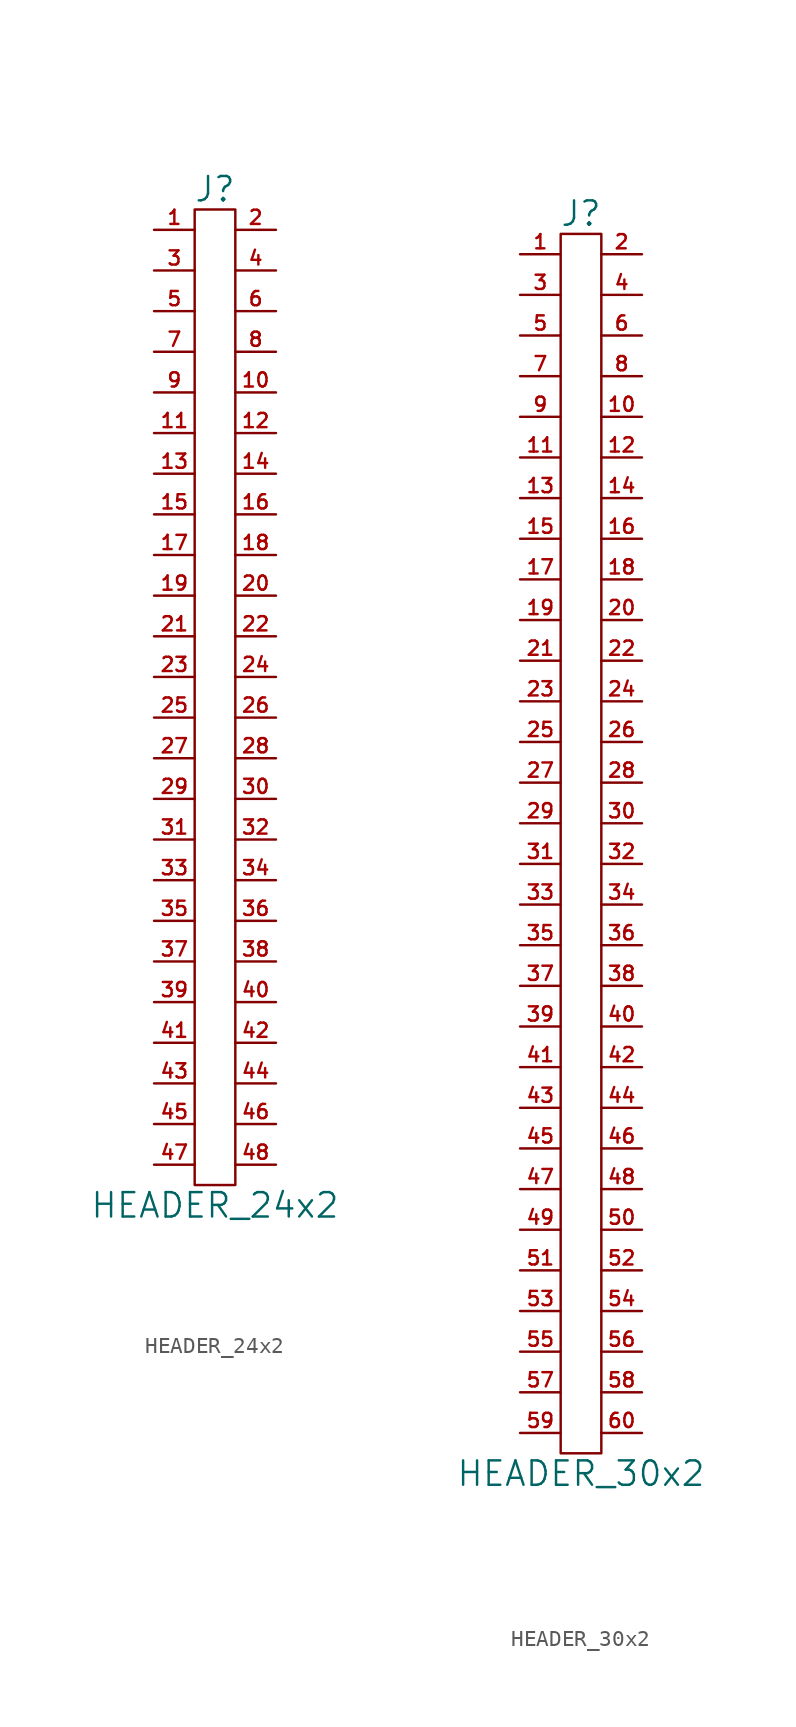
<source format=kicad_sym>
(kicad_symbol_lib
  (version 20211014)
  (generator kicad_symbol_editor)
  (symbol "HEADER_24x2"
    (pin_names
      (offset 0))
    (property "Reference" "J"
      (at 0 31.75 0)
      (effects (font (size 1.524 1.524))))
    (property "Value" "HEADER_24x2"
      (at 0 -31.75 0)
      (effects (font (size 1.524 1.524))))
    (property "Footprint" ""
      (at 0 -1.27 0)
      (effects (font (size 1.524 1.524))))
    (property "Datasheet" ""
      (at 0 -1.27 0)
      (effects (font (size 1.524 1.524))))
    (symbol "HEADER_24x2_0_1"
      (rectangle (start 1.27 -30.48) (end -1.27 30.48) (stroke (width 0) (type default) (color 0 0 0 0)) (fill (type none))))
    (symbol "HEADER_24x2_1_1"
      (pin passive line (at -3.81 29.21 0) (length 2.54) (name "~" (effects (font (size 0.889 0.889)))) (number "1" (effects (font (size 0.889 0.889)))))
      (pin passive line (at 3.81 19.05 180) (length 2.54) (name "~" (effects (font (size 1.27 1.27)))) (number "10" (effects (font (size 0.889 0.889)))))
      (pin passive line (at -3.81 16.51 0) (length 2.54) (name "~" (effects (font (size 1.27 1.27)))) (number "11" (effects (font (size 0.889 0.889)))))
      (pin passive line (at 3.81 16.51 180) (length 2.54) (name "~" (effects (font (size 1.27 1.27)))) (number "12" (effects (font (size 0.889 0.889)))))
      (pin passive line (at -3.81 13.97 0) (length 2.54) (name "~" (effects (font (size 1.27 1.27)))) (number "13" (effects (font (size 0.889 0.889)))))
      (pin passive line (at 3.81 13.97 180) (length 2.54) (name "~" (effects (font (size 1.27 1.27)))) (number "14" (effects (font (size 0.889 0.889)))))
      (pin passive line (at -3.81 11.43 0) (length 2.54) (name "~" (effects (font (size 1.27 1.27)))) (number "15" (effects (font (size 0.889 0.889)))))
      (pin passive line (at 3.81 11.43 180) (length 2.54) (name "~" (effects (font (size 1.27 1.27)))) (number "16" (effects (font (size 0.889 0.889)))))
      (pin passive line (at -3.81 8.89 0) (length 2.54) (name "~" (effects (font (size 1.27 1.27)))) (number "17" (effects (font (size 0.889 0.889)))))
      (pin passive line (at 3.81 8.89 180) (length 2.54) (name "~" (effects (font (size 1.27 1.27)))) (number "18" (effects (font (size 0.889 0.889)))))
      (pin passive line (at -3.81 6.35 0) (length 2.54) (name "~" (effects (font (size 1.27 1.27)))) (number "19" (effects (font (size 0.889 0.889)))))
      (pin passive line (at 3.81 29.21 180) (length 2.54) (name "~" (effects (font (size 1.27 1.27)))) (number "2" (effects (font (size 0.889 0.889)))))
      (pin passive line (at 3.81 6.35 180) (length 2.54) (name "~" (effects (font (size 1.27 1.27)))) (number "20" (effects (font (size 0.889 0.889)))))
      (pin passive line (at -3.81 3.81 0) (length 2.54) (name "~" (effects (font (size 1.27 1.27)))) (number "21" (effects (font (size 0.889 0.889)))))
      (pin passive line (at 3.81 3.81 180) (length 2.54) (name "~" (effects (font (size 1.27 1.27)))) (number "22" (effects (font (size 0.889 0.889)))))
      (pin passive line (at -3.81 1.27 0) (length 2.54) (name "~" (effects (font (size 1.27 1.27)))) (number "23" (effects (font (size 0.889 0.889)))))
      (pin passive line (at 3.81 1.27 180) (length 2.54) (name "~" (effects (font (size 1.27 1.27)))) (number "24" (effects (font (size 0.889 0.889)))))
      (pin passive line (at -3.81 -1.27 0) (length 2.54) (name "~" (effects (font (size 1.27 1.27)))) (number "25" (effects (font (size 0.889 0.889)))))
      (pin passive line (at 3.81 -1.27 180) (length 2.54) (name "~" (effects (font (size 1.27 1.27)))) (number "26" (effects (font (size 0.889 0.889)))))
      (pin passive line (at -3.81 -3.81 0) (length 2.54) (name "~" (effects (font (size 1.27 1.27)))) (number "27" (effects (font (size 0.889 0.889)))))
      (pin passive line (at 3.81 -3.81 180) (length 2.54) (name "~" (effects (font (size 1.27 1.27)))) (number "28" (effects (font (size 0.889 0.889)))))
      (pin passive line (at -3.81 -6.35 0) (length 2.54) (name "~" (effects (font (size 1.27 1.27)))) (number "29" (effects (font (size 0.889 0.889)))))
      (pin passive line (at -3.81 26.67 0) (length 2.54) (name "~" (effects (font (size 1.27 1.27)))) (number "3" (effects (font (size 0.889 0.889)))))
      (pin passive line (at 3.81 -6.35 180) (length 2.54) (name "~" (effects (font (size 1.27 1.27)))) (number "30" (effects (font (size 0.889 0.889)))))
      (pin passive line (at -3.81 -8.89 0) (length 2.54) (name "~" (effects (font (size 1.27 1.27)))) (number "31" (effects (font (size 0.889 0.889)))))
      (pin passive line (at 3.81 -8.89 180) (length 2.54) (name "~" (effects (font (size 1.27 1.27)))) (number "32" (effects (font (size 0.889 0.889)))))
      (pin passive line (at -3.81 -11.43 0) (length 2.54) (name "~" (effects (font (size 1.27 1.27)))) (number "33" (effects (font (size 0.889 0.889)))))
      (pin passive line (at 3.81 -11.43 180) (length 2.54) (name "~" (effects (font (size 1.27 1.27)))) (number "34" (effects (font (size 0.889 0.889)))))
      (pin passive line (at -3.81 -13.97 0) (length 2.54) (name "~" (effects (font (size 1.27 1.27)))) (number "35" (effects (font (size 0.889 0.889)))))
      (pin passive line (at 3.81 -13.97 180) (length 2.54) (name "~" (effects (font (size 1.27 1.27)))) (number "36" (effects (font (size 0.889 0.889)))))
      (pin passive line (at -3.81 -16.51 0) (length 2.54) (name "~" (effects (font (size 1.27 1.27)))) (number "37" (effects (font (size 0.889 0.889)))))
      (pin passive line (at 3.81 -16.51 180) (length 2.54) (name "~" (effects (font (size 1.27 1.27)))) (number "38" (effects (font (size 0.889 0.889)))))
      (pin passive line (at -3.81 -19.05 0) (length 2.54) (name "~" (effects (font (size 1.27 1.27)))) (number "39" (effects (font (size 0.889 0.889)))))
      (pin passive line (at 3.81 26.67 180) (length 2.54) (name "~" (effects (font (size 1.27 1.27)))) (number "4" (effects (font (size 0.889 0.889)))))
      (pin passive line (at 3.81 -19.05 180) (length 2.54) (name "~" (effects (font (size 1.27 1.27)))) (number "40" (effects (font (size 0.889 0.889)))))
      (pin passive line (at -3.81 -21.59 0) (length 2.54) (name "~" (effects (font (size 1.27 1.27)))) (number "41" (effects (font (size 0.889 0.889)))))
      (pin passive line (at 3.81 -21.59 180) (length 2.54) (name "~" (effects (font (size 1.27 1.27)))) (number "42" (effects (font (size 0.889 0.889)))))
      (pin passive line (at -3.81 -24.13 0) (length 2.54) (name "~" (effects (font (size 1.27 1.27)))) (number "43" (effects (font (size 0.889 0.889)))))
      (pin passive line (at 3.81 -24.13 180) (length 2.54) (name "~" (effects (font (size 1.27 1.27)))) (number "44" (effects (font (size 0.889 0.889)))))
      (pin passive line (at -3.81 -26.67 0) (length 2.54) (name "~" (effects (font (size 1.27 1.27)))) (number "45" (effects (font (size 0.889 0.889)))))
      (pin passive line (at 3.81 -26.67 180) (length 2.54) (name "~" (effects (font (size 1.27 1.27)))) (number "46" (effects (font (size 0.889 0.889)))))
      (pin passive line (at -3.81 -29.21 0) (length 2.54) (name "~" (effects (font (size 1.27 1.27)))) (number "47" (effects (font (size 0.889 0.889)))))
      (pin passive line (at 3.81 -29.21 180) (length 2.54) (name "~" (effects (font (size 1.27 1.27)))) (number "48" (effects (font (size 0.889 0.889)))))
      (pin passive line (at -3.81 24.13 0) (length 2.54) (name "~" (effects (font (size 1.27 1.27)))) (number "5" (effects (font (size 0.889 0.889)))))
      (pin passive line (at 3.81 24.13 180) (length 2.54) (name "~" (effects (font (size 1.27 1.27)))) (number "6" (effects (font (size 0.889 0.889)))))
      (pin passive line (at -3.81 21.59 0) (length 2.54) (name "~" (effects (font (size 1.27 1.27)))) (number "7" (effects (font (size 0.889 0.889)))))
      (pin passive line (at 3.81 21.59 180) (length 2.54) (name "~" (effects (font (size 1.27 1.27)))) (number "8" (effects (font (size 0.889 0.889)))))
      (pin passive line (at -3.81 19.05 0) (length 2.54) (name "~" (effects (font (size 1.27 1.27)))) (number "9" (effects (font (size 0.889 0.889)))))))
  (symbol "HEADER_30x2"
    (pin_names
      (offset 0))
    (property "Reference" "J"
      (at 0 39.37 0)
      (effects (font (size 1.524 1.524))))
    (property "Value" "HEADER_30x2"
      (at 0 -39.37 0)
      (effects (font (size 1.524 1.524))))
    (property "Footprint" ""
      (at 0 0 0)
      (effects (font (size 1.524 1.524))))
    (property "Datasheet" ""
      (at 0 0 0)
      (effects (font (size 1.524 1.524))))
    (symbol "HEADER_30x2_0_1"
      (rectangle (start 1.27 -38.1) (end -1.27 38.1) (stroke (width 0) (type default) (color 0 0 0 0)) (fill (type none))))
    (symbol "HEADER_30x2_1_1"
      (pin passive line (at -3.81 36.83 0) (length 2.54) (name "~" (effects (font (size 1.27 1.27)))) (number "1" (effects (font (size 0.889 0.889)))))
      (pin passive line (at 3.81 26.67 180) (length 2.54) (name "~" (effects (font (size 1.27 1.27)))) (number "10" (effects (font (size 0.889 0.889)))))
      (pin passive line (at -3.81 24.13 0) (length 2.54) (name "~" (effects (font (size 1.27 1.27)))) (number "11" (effects (font (size 0.889 0.889)))))
      (pin passive line (at 3.81 24.13 180) (length 2.54) (name "~" (effects (font (size 1.27 1.27)))) (number "12" (effects (font (size 0.889 0.889)))))
      (pin passive line (at -3.81 21.59 0) (length 2.54) (name "~" (effects (font (size 1.27 1.27)))) (number "13" (effects (font (size 0.889 0.889)))))
      (pin passive line (at 3.81 21.59 180) (length 2.54) (name "~" (effects (font (size 1.27 1.27)))) (number "14" (effects (font (size 0.889 0.889)))))
      (pin passive line (at -3.81 19.05 0) (length 2.54) (name "~" (effects (font (size 1.27 1.27)))) (number "15" (effects (font (size 0.889 0.889)))))
      (pin passive line (at 3.81 19.05 180) (length 2.54) (name "~" (effects (font (size 1.27 1.27)))) (number "16" (effects (font (size 0.889 0.889)))))
      (pin passive line (at -3.81 16.51 0) (length 2.54) (name "~" (effects (font (size 1.27 1.27)))) (number "17" (effects (font (size 0.889 0.889)))))
      (pin passive line (at 3.81 16.51 180) (length 2.54) (name "~" (effects (font (size 1.27 1.27)))) (number "18" (effects (font (size 0.889 0.889)))))
      (pin passive line (at -3.81 13.97 0) (length 2.54) (name "~" (effects (font (size 1.27 1.27)))) (number "19" (effects (font (size 0.889 0.889)))))
      (pin passive line (at 3.81 36.83 180) (length 2.54) (name "~" (effects (font (size 1.27 1.27)))) (number "2" (effects (font (size 0.889 0.889)))))
      (pin passive line (at 3.81 13.97 180) (length 2.54) (name "~" (effects (font (size 1.27 1.27)))) (number "20" (effects (font (size 0.889 0.889)))))
      (pin passive line (at -3.81 11.43 0) (length 2.54) (name "~" (effects (font (size 1.27 1.27)))) (number "21" (effects (font (size 0.889 0.889)))))
      (pin passive line (at 3.81 11.43 180) (length 2.54) (name "~" (effects (font (size 1.27 1.27)))) (number "22" (effects (font (size 0.889 0.889)))))
      (pin passive line (at -3.81 8.89 0) (length 2.54) (name "~" (effects (font (size 1.27 1.27)))) (number "23" (effects (font (size 0.889 0.889)))))
      (pin passive line (at 3.81 8.89 180) (length 2.54) (name "~" (effects (font (size 1.27 1.27)))) (number "24" (effects (font (size 0.889 0.889)))))
      (pin passive line (at -3.81 6.35 0) (length 2.54) (name "~" (effects (font (size 1.27 1.27)))) (number "25" (effects (font (size 0.889 0.889)))))
      (pin passive line (at 3.81 6.35 180) (length 2.54) (name "~" (effects (font (size 1.27 1.27)))) (number "26" (effects (font (size 0.889 0.889)))))
      (pin passive line (at -3.81 3.81 0) (length 2.54) (name "~" (effects (font (size 1.27 1.27)))) (number "27" (effects (font (size 0.889 0.889)))))
      (pin passive line (at 3.81 3.81 180) (length 2.54) (name "~" (effects (font (size 1.27 1.27)))) (number "28" (effects (font (size 0.889 0.889)))))
      (pin passive line (at -3.81 1.27 0) (length 2.54) (name "~" (effects (font (size 1.27 1.27)))) (number "29" (effects (font (size 0.889 0.889)))))
      (pin passive line (at -3.81 34.29 0) (length 2.54) (name "~" (effects (font (size 1.27 1.27)))) (number "3" (effects (font (size 0.889 0.889)))))
      (pin passive line (at 3.81 1.27 180) (length 2.54) (name "~" (effects (font (size 1.27 1.27)))) (number "30" (effects (font (size 0.889 0.889)))))
      (pin passive line (at -3.81 -1.27 0) (length 2.54) (name "~" (effects (font (size 1.27 1.27)))) (number "31" (effects (font (size 0.889 0.889)))))
      (pin passive line (at 3.81 -1.27 180) (length 2.54) (name "~" (effects (font (size 1.27 1.27)))) (number "32" (effects (font (size 0.889 0.889)))))
      (pin passive line (at -3.81 -3.81 0) (length 2.54) (name "~" (effects (font (size 1.27 1.27)))) (number "33" (effects (font (size 0.889 0.889)))))
      (pin passive line (at 3.81 -3.81 180) (length 2.54) (name "~" (effects (font (size 1.27 1.27)))) (number "34" (effects (font (size 0.889 0.889)))))
      (pin passive line (at -3.81 -6.35 0) (length 2.54) (name "~" (effects (font (size 1.27 1.27)))) (number "35" (effects (font (size 0.889 0.889)))))
      (pin passive line (at 3.81 -6.35 180) (length 2.54) (name "~" (effects (font (size 1.27 1.27)))) (number "36" (effects (font (size 0.889 0.889)))))
      (pin passive line (at -3.81 -8.89 0) (length 2.54) (name "~" (effects (font (size 0.889 0.889)))) (number "37" (effects (font (size 0.889 0.889)))))
      (pin passive line (at 3.81 -8.89 180) (length 2.54) (name "~" (effects (font (size 1.27 1.27)))) (number "38" (effects (font (size 0.889 0.889)))))
      (pin passive line (at -3.81 -11.43 0) (length 2.54) (name "~" (effects (font (size 1.27 1.27)))) (number "39" (effects (font (size 0.889 0.889)))))
      (pin passive line (at 3.81 34.29 180) (length 2.54) (name "~" (effects (font (size 1.27 1.27)))) (number "4" (effects (font (size 0.889 0.889)))))
      (pin passive line (at 3.81 -11.43 180) (length 2.54) (name "~" (effects (font (size 1.27 1.27)))) (number "40" (effects (font (size 0.889 0.889)))))
      (pin passive line (at -3.81 -13.97 0) (length 2.54) (name "~" (effects (font (size 1.27 1.27)))) (number "41" (effects (font (size 0.889 0.889)))))
      (pin passive line (at 3.81 -13.97 180) (length 2.54) (name "~" (effects (font (size 1.27 1.27)))) (number "42" (effects (font (size 0.889 0.889)))))
      (pin passive line (at -3.81 -16.51 0) (length 2.54) (name "~" (effects (font (size 1.27 1.27)))) (number "43" (effects (font (size 0.889 0.889)))))
      (pin passive line (at 3.81 -16.51 180) (length 2.54) (name "~" (effects (font (size 1.27 1.27)))) (number "44" (effects (font (size 0.889 0.889)))))
      (pin passive line (at -3.81 -19.05 0) (length 2.54) (name "~" (effects (font (size 1.27 1.27)))) (number "45" (effects (font (size 0.889 0.889)))))
      (pin passive line (at 3.81 -19.05 180) (length 2.54) (name "~" (effects (font (size 1.27 1.27)))) (number "46" (effects (font (size 0.889 0.889)))))
      (pin passive line (at -3.81 -21.59 0) (length 2.54) (name "~" (effects (font (size 1.27 1.27)))) (number "47" (effects (font (size 0.889 0.889)))))
      (pin passive line (at 3.81 -21.59 180) (length 2.54) (name "~" (effects (font (size 1.27 1.27)))) (number "48" (effects (font (size 0.889 0.889)))))
      (pin passive line (at -3.81 -24.13 0) (length 2.54) (name "~" (effects (font (size 1.27 1.27)))) (number "49" (effects (font (size 0.889 0.889)))))
      (pin passive line (at -3.81 31.75 0) (length 2.54) (name "~" (effects (font (size 1.27 1.27)))) (number "5" (effects (font (size 0.889 0.889)))))
      (pin passive line (at 3.81 -24.13 180) (length 2.54) (name "~" (effects (font (size 1.27 1.27)))) (number "50" (effects (font (size 0.889 0.889)))))
      (pin passive line (at -3.81 -26.67 0) (length 2.54) (name "~" (effects (font (size 1.27 1.27)))) (number "51" (effects (font (size 0.889 0.889)))))
      (pin passive line (at 3.81 -26.67 180) (length 2.54) (name "~" (effects (font (size 1.27 1.27)))) (number "52" (effects (font (size 0.889 0.889)))))
      (pin passive line (at -3.81 -29.21 0) (length 2.54) (name "~" (effects (font (size 1.27 1.27)))) (number "53" (effects (font (size 0.889 0.889)))))
      (pin passive line (at 3.81 -29.21 180) (length 2.54) (name "~" (effects (font (size 1.27 1.27)))) (number "54" (effects (font (size 0.889 0.889)))))
      (pin passive line (at -3.81 -31.75 0) (length 2.54) (name "~" (effects (font (size 1.27 1.27)))) (number "55" (effects (font (size 0.889 0.889)))))
      (pin passive line (at 3.81 -31.75 180) (length 2.54) (name "~" (effects (font (size 1.27 1.27)))) (number "56" (effects (font (size 0.889 0.889)))))
      (pin passive line (at -3.81 -34.29 0) (length 2.54) (name "~" (effects (font (size 1.27 1.27)))) (number "57" (effects (font (size 0.889 0.889)))))
      (pin passive line (at 3.81 -34.29 180) (length 2.54) (name "~" (effects (font (size 1.27 1.27)))) (number "58" (effects (font (size 0.889 0.889)))))
      (pin passive line (at -3.81 -36.83 0) (length 2.54) (name "~" (effects (font (size 1.27 1.27)))) (number "59" (effects (font (size 0.889 0.889)))))
      (pin passive line (at 3.81 31.75 180) (length 2.54) (name "~" (effects (font (size 1.27 1.27)))) (number "6" (effects (font (size 0.889 0.889)))))
      (pin passive line (at 3.81 -36.83 180) (length 2.54) (name "~" (effects (font (size 1.27 1.27)))) (number "60" (effects (font (size 0.889 0.889)))))
      (pin passive line (at -3.81 29.21 0) (length 2.54) (name "~" (effects (font (size 1.27 1.27)))) (number "7" (effects (font (size 0.889 0.889)))))
      (pin passive line (at 3.81 29.21 180) (length 2.54) (name "~" (effects (font (size 1.27 1.27)))) (number "8" (effects (font (size 0.889 0.889)))))
      (pin passive line (at -3.81 26.67 0) (length 2.54) (name "~" (effects (font (size 1.27 1.27)))) (number "9" (effects (font (size 0.889 0.889))))))))
</source>
